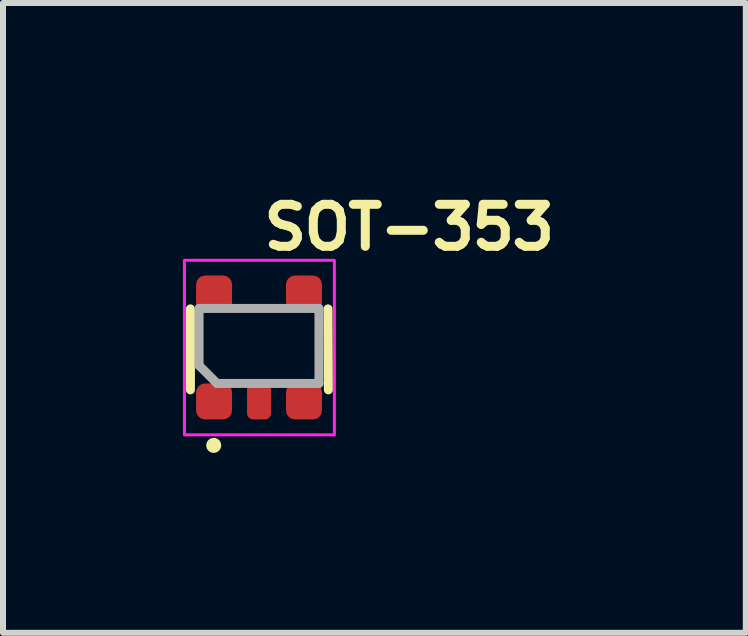
<source format=kicad_pcb>
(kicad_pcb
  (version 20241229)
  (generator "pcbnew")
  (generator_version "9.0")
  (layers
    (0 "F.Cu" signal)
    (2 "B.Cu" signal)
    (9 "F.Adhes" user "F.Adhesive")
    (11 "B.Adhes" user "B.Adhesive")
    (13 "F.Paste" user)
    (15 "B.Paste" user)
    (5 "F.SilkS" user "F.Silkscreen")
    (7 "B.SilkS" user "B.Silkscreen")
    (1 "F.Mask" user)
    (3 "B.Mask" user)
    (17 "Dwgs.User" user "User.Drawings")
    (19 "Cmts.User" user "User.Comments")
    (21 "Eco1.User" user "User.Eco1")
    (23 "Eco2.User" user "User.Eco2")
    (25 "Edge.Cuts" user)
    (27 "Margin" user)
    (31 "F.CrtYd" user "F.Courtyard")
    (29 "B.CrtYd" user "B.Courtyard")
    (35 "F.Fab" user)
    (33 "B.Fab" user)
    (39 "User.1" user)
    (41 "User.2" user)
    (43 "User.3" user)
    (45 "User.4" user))
  (footprint "SOT-353"
    (layer "F.Cu")
    (at 1.275 2.75)
    (property "Reference" "SOT-353" (at 0 -1.6 180) (layer "F.SilkS") (effects (font (size 0.7 0.7) (thickness 0.15)) (justify left bottom)))
    (attr smd)
    (fp_line (start -1.15 0.7) (end -1.15 -0.65) (stroke (width 0.15) (type solid)) (layer "F.SilkS"))
    (fp_line (start 1.15 0.7) (end 1.144 -0.65) (stroke (width 0.15) (type solid)) (layer "F.SilkS"))
    (fp_circle (center -0.762 1.626) (end -0.712 1.626) (stroke (width 0.15) (type solid)) (fill yes) (layer "F.SilkS"))
    (fp_rect (start 1.25 -1.46) (end -1.25 1.45) (stroke (width 0.05) (type solid)) (fill no) (layer "F.CrtYd"))
    (fp_line (start -1.006 -0.657) (end 0.993 -0.657) (stroke (width 0.15) (type solid)) (layer "F.Fab"))
    (fp_line (start -1.006 0.293) (end -1.006 -0.657) (stroke (width 0.15) (type solid)) (layer "F.Fab"))
    (fp_line (start -1.006 0.293) (end -0.706 0.593) (stroke (width 0.15) (type solid)) (layer "F.Fab"))
    (fp_line (start 0.993 -0.657) (end 0.993 0.593) (stroke (width 0.15) (type solid)) (layer "F.Fab"))
    (fp_line (start 0.993 0.593) (end -0.706 0.593) (stroke (width 0.15) (type solid)) (layer "F.Fab"))
    (fp_rect (start -1 -1.051) (end 0.998 1.048) (stroke (width 0.1) (type solid)) (fill no) (layer "User.5"))
    (fp_line (start -1 -0.626) (end -1 0.623) (stroke (width 0.02) (type solid)) (layer "User.9"))
    (fp_line (start -1 0.623) (end -0.763 0.623) (stroke (width 0.02) (type solid)) (layer "User.9"))
    (fp_line (start -0.964 -0.589) (end -1 -0.626) (stroke (width 0.02) (type solid)) (layer "User.9"))
    (fp_line (start -0.964 -0.589) (end -0.964 0.587) (stroke (width 0.02) (type solid)) (layer "User.9"))
    (fp_line (start -0.964 0.587) (end -1 0.623) (stroke (width 0.02) (type solid)) (layer "User.9"))
    (fp_line (start -0.964 0.587) (end 0.962 0.587) (stroke (width 0.02) (type solid)) (layer "User.9"))
    (fp_line (start -0.888 0.34) (end -0.888 0.348) (stroke (width 0.02) (type solid)) (layer "User.9"))
    (fp_line (start -0.888 0.348) (end -0.888 0.355) (stroke (width 0.02) (type solid)) (layer "User.9"))
    (fp_line (start -0.888 0.355) (end -0.887 0.363) (stroke (width 0.02) (type solid)) (layer "User.9"))
    (fp_line (start -0.887 0.332) (end -0.888 0.34) (stroke (width 0.02) (type solid)) (layer "User.9"))
    (fp_line (start -0.887 0.363) (end -0.886 0.371) (stroke (width 0.02) (type solid)) (layer "User.9"))
    (fp_line (start -0.886 0.324) (end -0.887 0.332) (stroke (width 0.02) (type solid)) (layer "User.9"))
    (fp_line (start -0.886 0.371) (end -0.884 0.379) (stroke (width 0.02) (type solid)) (layer "User.9"))
    (fp_line (start -0.884 0.315) (end -0.886 0.324) (stroke (width 0.02) (type solid)) (layer "User.9"))
    (fp_line (start -0.884 0.379) (end -0.881 0.388) (stroke (width 0.02) (type solid)) (layer "User.9"))
    (fp_line (start -0.881 0.307) (end -0.884 0.315) (stroke (width 0.02) (type solid)) (layer "User.9"))
    (fp_line (start -0.881 0.388) (end -0.879 0.396) (stroke (width 0.02) (type solid)) (layer "User.9"))
    (fp_line (start -0.879 0.3) (end -0.881 0.307) (stroke (width 0.02) (type solid)) (layer "User.9"))
    (fp_line (start -0.879 0.396) (end -0.875 0.403) (stroke (width 0.02) (type solid)) (layer "User.9"))
    (fp_line (start -0.875 0.292) (end -0.879 0.3) (stroke (width 0.02) (type solid)) (layer "User.9"))
    (fp_line (start -0.875 0.403) (end -0.871 0.411) (stroke (width 0.02) (type solid)) (layer "User.9"))
    (fp_line (start -0.871 0.286) (end -0.875 0.292) (stroke (width 0.02) (type solid)) (layer "User.9"))
    (fp_line (start -0.871 0.286) (end -0.871 0.286) (stroke (width 0.02) (type solid)) (layer "User.9"))
    (fp_line (start -0.871 0.411) (end -0.871 0.411) (stroke (width 0.02) (type solid)) (layer "User.9"))
    (fp_line (start -0.871 0.411) (end -0.869 0.414) (stroke (width 0.02) (type solid)) (layer "User.9"))
    (fp_line (start -0.869 0.414) (end -0.867 0.417) (stroke (width 0.02) (type solid)) (layer "User.9"))
    (fp_line (start -0.867 0.279) (end -0.871 0.286) (stroke (width 0.02) (type solid)) (layer "User.9"))
    (fp_line (start -0.867 0.417) (end -0.864 0.42) (stroke (width 0.02) (type solid)) (layer "User.9"))
    (fp_line (start -0.864 0.42) (end -0.862 0.423) (stroke (width 0.02) (type solid)) (layer "User.9"))
    (fp_line (start -0.862 0.272) (end -0.867 0.279) (stroke (width 0.02) (type solid)) (layer "User.9"))
    (fp_line (start -0.862 0.423) (end -0.859 0.427) (stroke (width 0.02) (type solid)) (layer "User.9"))
    (fp_line (start -0.859 0.427) (end -0.857 0.43) (stroke (width 0.02) (type solid)) (layer "User.9"))
    (fp_line (start -0.857 0.266) (end -0.862 0.272) (stroke (width 0.02) (type solid)) (layer "User.9"))
    (fp_line (start -0.857 0.43) (end -0.854 0.433) (stroke (width 0.02) (type solid)) (layer "User.9"))
    (fp_line (start -0.854 0.433) (end -0.851 0.436) (stroke (width 0.02) (type solid)) (layer "User.9"))
    (fp_line (start -0.851 0.26) (end -0.857 0.266) (stroke (width 0.02) (type solid)) (layer "User.9"))
    (fp_line (start -0.851 0.436) (end -0.848 0.439) (stroke (width 0.02) (type solid)) (layer "User.9"))
    (fp_line (start -0.848 0.439) (end -0.845 0.441) (stroke (width 0.02) (type solid)) (layer "User.9"))
    (fp_line (start -0.845 0.253) (end -0.851 0.26) (stroke (width 0.02) (type solid)) (layer "User.9"))
    (fp_line (start -0.845 0.441) (end -0.842 0.444) (stroke (width 0.02) (type solid)) (layer "User.9"))
    (fp_line (start -0.842 0.444) (end -0.839 0.446) (stroke (width 0.02) (type solid)) (layer "User.9"))
    (fp_line (start -0.839 0.248) (end -0.845 0.253) (stroke (width 0.02) (type solid)) (layer "User.9"))
    (fp_line (start -0.839 0.446) (end -0.836 0.45) (stroke (width 0.02) (type solid)) (layer "User.9"))
    (fp_line (start -0.836 0.45) (end -0.833 0.452) (stroke (width 0.02) (type solid)) (layer "User.9"))
    (fp_line (start -0.833 0.243) (end -0.839 0.248) (stroke (width 0.02) (type solid)) (layer "User.9"))
    (fp_line (start -0.833 0.452) (end -0.83 0.454) (stroke (width 0.02) (type solid)) (layer "User.9"))
    (fp_line (start -0.83 0.454) (end -0.826 0.456) (stroke (width 0.02) (type solid)) (layer "User.9"))
    (fp_line (start -0.826 0.239) (end -0.833 0.243) (stroke (width 0.02) (type solid)) (layer "User.9"))
    (fp_line (start -0.826 0.456) (end -0.823 0.458) (stroke (width 0.02) (type solid)) (layer "User.9"))
    (fp_line (start -0.823 0.458) (end -0.819 0.46) (stroke (width 0.02) (type solid)) (layer "User.9"))
    (fp_line (start -0.819 0.236) (end -0.826 0.239) (stroke (width 0.02) (type solid)) (layer "User.9"))
    (fp_line (start -0.819 0.46) (end -0.816 0.462) (stroke (width 0.02) (type solid)) (layer "User.9"))
    (fp_line (start -0.816 0.462) (end -0.812 0.464) (stroke (width 0.02) (type solid)) (layer "User.9"))
    (fp_line (start -0.812 0.233) (end -0.819 0.236) (stroke (width 0.02) (type solid)) (layer "User.9"))
    (fp_line (start -0.812 0.464) (end -0.808 0.465) (stroke (width 0.02) (type solid)) (layer "User.9"))
    (fp_line (start -0.808 0.465) (end -0.804 0.466) (stroke (width 0.02) (type solid)) (layer "User.9"))
    (fp_line (start -0.804 0.23) (end -0.812 0.233) (stroke (width 0.02) (type solid)) (layer "User.9"))
    (fp_line (start -0.804 0.466) (end -0.801 0.468) (stroke (width 0.02) (type solid)) (layer "User.9"))
    (fp_line (start -0.801 0.468) (end -0.797 0.469) (stroke (width 0.02) (type solid)) (layer "User.9"))
    (fp_line (start -0.797 0.227) (end -0.804 0.23) (stroke (width 0.02) (type solid)) (layer "User.9"))
    (fp_line (start -0.797 0.469) (end -0.793 0.47) (stroke (width 0.02) (type solid)) (layer "User.9"))
    (fp_line (start -0.793 0.47) (end -0.789 0.471) (stroke (width 0.02) (type solid)) (layer "User.9"))
    (fp_line (start -0.789 0.226) (end -0.797 0.227) (stroke (width 0.02) (type solid)) (layer "User.9"))
    (fp_line (start -0.789 0.471) (end -0.785 0.471) (stroke (width 0.02) (type solid)) (layer "User.9"))
    (fp_line (start -0.785 0.471) (end -0.781 0.472) (stroke (width 0.02) (type solid)) (layer "User.9"))
    (fp_line (start -0.781 0.224) (end -0.789 0.226) (stroke (width 0.02) (type solid)) (layer "User.9"))
    (fp_line (start -0.781 0.472) (end -0.776 0.473) (stroke (width 0.02) (type solid)) (layer "User.9"))
    (fp_line (start -0.776 0.473) (end -0.772 0.473) (stroke (width 0.02) (type solid)) (layer "User.9"))
    (fp_line (start -0.772 0.222) (end -0.781 0.224) (stroke (width 0.02) (type solid)) (layer "User.9"))
    (fp_line (start -0.772 0.473) (end -0.767 0.473) (stroke (width 0.02) (type solid)) (layer "User.9"))
    (fp_line (start -0.767 0.473) (end -0.763 0.473) (stroke (width 0.02) (type solid)) (layer "User.9"))
    (fp_line (start -0.763 -1.051) (end -0.763 -0.887) (stroke (width 0.02) (type solid)) (layer "User.9"))
    (fp_line (start -0.763 -0.887) (end -0.763 -0.837) (stroke (width 0.02) (type solid)) (layer "User.9"))
    (fp_line (start -0.763 -0.837) (end -0.763 -0.81) (stroke (width 0.02) (type solid)) (layer "User.9"))
    (fp_line (start -0.763 -0.81) (end -0.763 -0.66) (stroke (width 0.02) (type solid)) (layer "User.9"))
    (fp_line (start -0.763 -0.66) (end -0.763 -0.604) (stroke (width 0.02) (type solid)) (layer "User.9"))
    (fp_line (start -0.763 -0.626) (end -1 -0.626) (stroke (width 0.02) (type solid)) (layer "User.9"))
    (fp_line (start -0.763 0.222) (end -0.772 0.222) (stroke (width 0.02) (type solid)) (layer "User.9"))
    (fp_line (start -0.763 0.473) (end -0.755 0.473) (stroke (width 0.02) (type solid)) (layer "User.9"))
    (fp_line (start -0.763 0.658) (end -0.763 0.602) (stroke (width 0.02) (type solid)) (layer "User.9"))
    (fp_line (start -0.763 0.808) (end -0.763 0.658) (stroke (width 0.02) (type solid)) (layer "User.9"))
    (fp_line (start -0.763 0.835) (end -0.763 0.808) (stroke (width 0.02) (type solid)) (layer "User.9"))
    (fp_line (start -0.763 0.885) (end -0.763 0.835) (stroke (width 0.02) (type solid)) (layer "User.9"))
    (fp_line (start -0.763 1.048) (end -0.763 0.885) (stroke (width 0.02) (type solid)) (layer "User.9"))
    (fp_line (start -0.763 1.048) (end -0.539 1.048) (stroke (width 0.02) (type solid)) (layer "User.9"))
    (fp_line (start -0.759 0.222) (end -0.763 0.222) (stroke (width 0.02) (type solid)) (layer "User.9"))
    (fp_line (start -0.755 0.222) (end -0.759 0.222) (stroke (width 0.02) (type solid)) (layer "User.9"))
    (fp_line (start -0.755 0.473) (end -0.746 0.472) (stroke (width 0.02) (type solid)) (layer "User.9"))
    (fp_line (start -0.751 0.224) (end -0.755 0.222) (stroke (width 0.02) (type solid)) (layer "User.9"))
    (fp_line (start -0.746 0.224) (end -0.751 0.224) (stroke (width 0.02) (type solid)) (layer "User.9"))
    (fp_line (start -0.746 0.472) (end -0.738 0.471) (stroke (width 0.02) (type solid)) (layer "User.9"))
    (fp_line (start -0.742 0.225) (end -0.746 0.224) (stroke (width 0.02) (type solid)) (layer "User.9"))
    (fp_line (start -0.738 0.226) (end -0.742 0.225) (stroke (width 0.02) (type solid)) (layer "User.9"))
    (fp_line (start -0.738 0.471) (end -0.73 0.469) (stroke (width 0.02) (type solid)) (layer "User.9"))
    (fp_line (start -0.734 0.226) (end -0.738 0.226) (stroke (width 0.02) (type solid)) (layer "User.9"))
    (fp_line (start -0.73 0.227) (end -0.734 0.226) (stroke (width 0.02) (type solid)) (layer "User.9"))
    (fp_line (start -0.73 0.469) (end -0.723 0.466) (stroke (width 0.02) (type solid)) (layer "User.9"))
    (fp_line (start -0.726 0.229) (end -0.73 0.227) (stroke (width 0.02) (type solid)) (layer "User.9"))
    (fp_line (start -0.723 0.23) (end -0.726 0.229) (stroke (width 0.02) (type solid)) (layer "User.9"))
    (fp_line (start -0.723 0.466) (end -0.715 0.464) (stroke (width 0.02) (type solid)) (layer "User.9"))
    (fp_line (start -0.719 0.231) (end -0.723 0.23) (stroke (width 0.02) (type solid)) (layer "User.9"))
    (fp_line (start -0.715 0.233) (end -0.719 0.231) (stroke (width 0.02) (type solid)) (layer "User.9"))
    (fp_line (start -0.715 0.464) (end -0.708 0.46) (stroke (width 0.02) (type solid)) (layer "User.9"))
    (fp_line (start -0.711 0.234) (end -0.715 0.233) (stroke (width 0.02) (type solid)) (layer "User.9"))
    (fp_line (start -0.708 0.236) (end -0.711 0.234) (stroke (width 0.02) (type solid)) (layer "User.9"))
    (fp_line (start -0.708 0.46) (end -0.701 0.456) (stroke (width 0.02) (type solid)) (layer "User.9"))
    (fp_line (start -0.704 0.238) (end -0.708 0.236) (stroke (width 0.02) (type solid)) (layer "User.9"))
    (fp_line (start -0.701 0.239) (end -0.704 0.238) (stroke (width 0.02) (type solid)) (layer "User.9"))
    (fp_line (start -0.701 0.456) (end -0.695 0.452) (stroke (width 0.02) (type solid)) (layer "User.9"))
    (fp_line (start -0.698 0.241) (end -0.701 0.239) (stroke (width 0.02) (type solid)) (layer "User.9"))
    (fp_line (start -0.695 0.243) (end -0.698 0.241) (stroke (width 0.02) (type solid)) (layer "User.9"))
    (fp_line (start -0.695 0.452) (end -0.688 0.446) (stroke (width 0.02) (type solid)) (layer "User.9"))
    (fp_line (start -0.691 0.245) (end -0.695 0.243) (stroke (width 0.02) (type solid)) (layer "User.9"))
    (fp_line (start -0.688 0.248) (end -0.691 0.245) (stroke (width 0.02) (type solid)) (layer "User.9"))
    (fp_line (start -0.688 0.446) (end -0.682 0.441) (stroke (width 0.02) (type solid)) (layer "User.9"))
    (fp_line (start -0.685 0.25) (end -0.688 0.248) (stroke (width 0.02) (type solid)) (layer "User.9"))
    (fp_line (start -0.682 0.253) (end -0.685 0.25) (stroke (width 0.02) (type solid)) (layer "User.9"))
    (fp_line (start -0.682 0.441) (end -0.676 0.436) (stroke (width 0.02) (type solid)) (layer "User.9"))
    (fp_line (start -0.679 0.257) (end -0.682 0.253) (stroke (width 0.02) (type solid)) (layer "User.9"))
    (fp_line (start -0.676 0.26) (end -0.679 0.257) (stroke (width 0.02) (type solid)) (layer "User.9"))
    (fp_line (start -0.676 0.436) (end -0.67 0.43) (stroke (width 0.02) (type solid)) (layer "User.9"))
    (fp_line (start -0.673 0.263) (end -0.676 0.26) (stroke (width 0.02) (type solid)) (layer "User.9"))
    (fp_line (start -0.67 0.266) (end -0.673 0.263) (stroke (width 0.02) (type solid)) (layer "User.9"))
    (fp_line (start -0.67 0.43) (end -0.665 0.423) (stroke (width 0.02) (type solid)) (layer "User.9"))
    (fp_line (start -0.668 0.269) (end -0.67 0.266) (stroke (width 0.02) (type solid)) (layer "User.9"))
    (fp_line (start -0.665 0.272) (end -0.668 0.269) (stroke (width 0.02) (type solid)) (layer "User.9"))
    (fp_line (start -0.665 0.423) (end -0.66 0.417) (stroke (width 0.02) (type solid)) (layer "User.9"))
    (fp_line (start -0.663 0.275) (end -0.665 0.272) (stroke (width 0.02) (type solid)) (layer "User.9"))
    (fp_line (start -0.66 0.279) (end -0.663 0.275) (stroke (width 0.02) (type solid)) (layer "User.9"))
    (fp_line (start -0.66 0.417) (end -0.656 0.411) (stroke (width 0.02) (type solid)) (layer "User.9"))
    (fp_line (start -0.658 0.282) (end -0.66 0.279) (stroke (width 0.02) (type solid)) (layer "User.9"))
    (fp_line (start -0.656 0.286) (end -0.658 0.282) (stroke (width 0.02) (type solid)) (layer "User.9"))
    (fp_line (start -0.656 0.286) (end -0.656 0.286) (stroke (width 0.02) (type solid)) (layer "User.9"))
    (fp_line (start -0.656 0.411) (end -0.656 0.411) (stroke (width 0.02) (type solid)) (layer "User.9"))
    (fp_line (start -0.656 0.411) (end -0.652 0.403) (stroke (width 0.02) (type solid)) (layer "User.9"))
    (fp_line (start -0.652 0.292) (end -0.656 0.286) (stroke (width 0.02) (type solid)) (layer "User.9"))
    (fp_line (start -0.652 0.403) (end -0.648 0.396) (stroke (width 0.02) (type solid)) (layer "User.9"))
    (fp_line (start -0.648 0.3) (end -0.652 0.292) (stroke (width 0.02) (type solid)) (layer "User.9"))
    (fp_line (start -0.648 0.396) (end -0.646 0.388) (stroke (width 0.02) (type solid)) (layer "User.9"))
    (fp_line (start -0.646 0.307) (end -0.648 0.3) (stroke (width 0.02) (type solid)) (layer "User.9"))
    (fp_line (start -0.646 0.388) (end -0.643 0.379) (stroke (width 0.02) (type solid)) (layer "User.9"))
    (fp_line (start -0.643 0.315) (end -0.646 0.307) (stroke (width 0.02) (type solid)) (layer "User.9"))
    (fp_line (start -0.643 0.379) (end -0.64 0.371) (stroke (width 0.02) (type solid)) (layer "User.9"))
    (fp_line (start -0.64 0.324) (end -0.643 0.315) (stroke (width 0.02) (type solid)) (layer "User.9"))
    (fp_line (start -0.64 0.371) (end -0.639 0.363) (stroke (width 0.02) (type solid)) (layer "User.9"))
    (fp_line (start -0.639 0.332) (end -0.64 0.324) (stroke (width 0.02) (type solid)) (layer "User.9"))
    (fp_line (start -0.639 0.363) (end -0.638 0.355) (stroke (width 0.02) (type solid)) (layer "User.9"))
    (fp_line (start -0.638 0.34) (end -0.639 0.332) (stroke (width 0.02) (type solid)) (layer "User.9"))
    (fp_line (start -0.638 0.348) (end -0.638 0.34) (stroke (width 0.02) (type solid)) (layer "User.9"))
    (fp_line (start -0.638 0.355) (end -0.638 0.348) (stroke (width 0.02) (type solid)) (layer "User.9"))
    (fp_line (start -0.539 -1.051) (end -0.763 -1.051) (stroke (width 0.02) (type solid)) (layer "User.9"))
    (fp_line (start -0.539 -1.051) (end -0.539 -0.887) (stroke (width 0.02) (type solid)) (layer "User.9"))
    (fp_line (start -0.539 -0.887) (end -0.539 -0.837) (stroke (width 0.02) (type solid)) (layer "User.9"))
    (fp_line (start -0.539 -0.837) (end -0.539 -0.81) (stroke (width 0.02) (type solid)) (layer "User.9"))
    (fp_line (start -0.539 -0.81) (end -0.539 -0.66) (stroke (width 0.02) (type solid)) (layer "User.9"))
    (fp_line (start -0.539 -0.66) (end -0.539 -0.604) (stroke (width 0.02) (type solid)) (layer "User.9"))
    (fp_line (start -0.539 -0.604) (end -0.763 -0.604) (stroke (width 0.02) (type solid)) (layer "User.9"))
    (fp_line (start -0.539 0.602) (end -0.763 0.602) (stroke (width 0.02) (type solid)) (layer "User.9"))
    (fp_line (start -0.539 0.623) (end -0.114 0.623) (stroke (width 0.02) (type solid)) (layer "User.9"))
    (fp_line (start -0.539 0.658) (end -0.539 0.602) (stroke (width 0.02) (type solid)) (layer "User.9"))
    (fp_line (start -0.539 0.808) (end -0.539 0.658) (stroke (width 0.02) (type solid)) (layer "User.9"))
    (fp_line (start -0.539 0.835) (end -0.539 0.808) (stroke (width 0.02) (type solid)) (layer "User.9"))
    (fp_line (start -0.539 0.885) (end -0.539 0.835) (stroke (width 0.02) (type solid)) (layer "User.9"))
    (fp_line (start -0.539 1.048) (end -0.539 0.885) (stroke (width 0.02) (type solid)) (layer "User.9"))
    (fp_line (start -0.114 -0.626) (end -0.539 -0.626) (stroke (width 0.02) (type solid)) (layer "User.9"))
    (fp_line (start -0.114 -0.626) (end 0.112 -0.626) (stroke (width 0.02) (type solid)) (layer "User.9"))
    (fp_line (start -0.114 -0.604) (end -0.114 -0.626) (stroke (width 0.02) (type solid)) (layer "User.9"))
    (fp_line (start -0.114 -0.604) (end -0.114 -0.626) (stroke (width 0.02) (type solid)) (layer "User.9"))
    (fp_line (start -0.114 0.658) (end -0.114 0.602) (stroke (width 0.02) (type solid)) (layer "User.9"))
    (fp_line (start -0.114 0.808) (end -0.114 0.658) (stroke (width 0.02) (type solid)) (layer "User.9"))
    (fp_line (start -0.114 0.835) (end -0.114 0.808) (stroke (width 0.02) (type solid)) (layer "User.9"))
    (fp_line (start -0.114 0.885) (end -0.114 0.835) (stroke (width 0.02) (type solid)) (layer "User.9"))
    (fp_line (start -0.114 1.048) (end -0.114 0.885) (stroke (width 0.02) (type solid)) (layer "User.9"))
    (fp_line (start -0.114 1.048) (end 0.112 1.048) (stroke (width 0.02) (type solid)) (layer "User.9"))
    (fp_line (start 0.112 -0.626) (end 0.112 -0.604) (stroke (width 0.02) (type solid)) (layer "User.9"))
    (fp_line (start 0.112 -0.604) (end -0.114 -0.604) (stroke (width 0.02) (type solid)) (layer "User.9"))
    (fp_line (start 0.112 -0.604) (end 0.112 -0.626) (stroke (width 0.02) (type solid)) (layer "User.9"))
    (fp_line (start 0.112 0.602) (end -0.114 0.602) (stroke (width 0.02) (type solid)) (layer "User.9"))
    (fp_line (start 0.112 0.623) (end 0.537 0.623) (stroke (width 0.02) (type solid)) (layer "User.9"))
    (fp_line (start 0.112 0.658) (end 0.112 0.602) (stroke (width 0.02) (type solid)) (layer "User.9"))
    (fp_line (start 0.112 0.808) (end 0.112 0.658) (stroke (width 0.02) (type solid)) (layer "User.9"))
    (fp_line (start 0.112 0.835) (end 0.112 0.808) (stroke (width 0.02) (type solid)) (layer "User.9"))
    (fp_line (start 0.112 0.885) (end 0.112 0.835) (stroke (width 0.02) (type solid)) (layer "User.9"))
    (fp_line (start 0.112 1.048) (end 0.112 0.885) (stroke (width 0.02) (type solid)) (layer "User.9"))
    (fp_line (start 0.537 -1.051) (end 0.537 -0.887) (stroke (width 0.02) (type solid)) (layer "User.9"))
    (fp_line (start 0.537 -0.887) (end 0.537 -0.837) (stroke (width 0.02) (type solid)) (layer "User.9"))
    (fp_line (start 0.537 -0.837) (end 0.537 -0.81) (stroke (width 0.02) (type solid)) (layer "User.9"))
    (fp_line (start 0.537 -0.81) (end 0.537 -0.66) (stroke (width 0.02) (type solid)) (layer "User.9"))
    (fp_line (start 0.537 -0.66) (end 0.537 -0.604) (stroke (width 0.02) (type solid)) (layer "User.9"))
    (fp_line (start 0.537 -0.626) (end 0.112 -0.626) (stroke (width 0.02) (type solid)) (layer "User.9"))
    (fp_line (start 0.537 0.658) (end 0.537 0.602) (stroke (width 0.02) (type solid)) (layer "User.9"))
    (fp_line (start 0.537 0.808) (end 0.537 0.658) (stroke (width 0.02) (type solid)) (layer "User.9"))
    (fp_line (start 0.537 0.835) (end 0.537 0.808) (stroke (width 0.02) (type solid)) (layer "User.9"))
    (fp_line (start 0.537 0.885) (end 0.537 0.835) (stroke (width 0.02) (type solid)) (layer "User.9"))
    (fp_line (start 0.537 1.048) (end 0.537 0.885) (stroke (width 0.02) (type solid)) (layer "User.9"))
    (fp_line (start 0.537 1.048) (end 0.761 1.048) (stroke (width 0.02) (type solid)) (layer "User.9"))
    (fp_line (start 0.761 -1.051) (end 0.537 -1.051) (stroke (width 0.02) (type solid)) (layer "User.9"))
    (fp_line (start 0.761 -1.051) (end 0.761 -0.887) (stroke (width 0.02) (type solid)) (layer "User.9"))
    (fp_line (start 0.761 -0.887) (end 0.761 -0.837) (stroke (width 0.02) (type solid)) (layer "User.9"))
    (fp_line (start 0.761 -0.837) (end 0.761 -0.81) (stroke (width 0.02) (type solid)) (layer "User.9"))
    (fp_line (start 0.761 -0.81) (end 0.761 -0.66) (stroke (width 0.02) (type solid)) (layer "User.9"))
    (fp_line (start 0.761 -0.66) (end 0.761 -0.604) (stroke (width 0.02) (type solid)) (layer "User.9"))
    (fp_line (start 0.761 -0.604) (end 0.537 -0.604) (stroke (width 0.02) (type solid)) (layer "User.9"))
    (fp_line (start 0.761 0.602) (end 0.537 0.602) (stroke (width 0.02) (type solid)) (layer "User.9"))
    (fp_line (start 0.761 0.623) (end 0.998 0.623) (stroke (width 0.02) (type solid)) (layer "User.9"))
    (fp_line (start 0.761 0.658) (end 0.761 0.602) (stroke (width 0.02) (type solid)) (layer "User.9"))
    (fp_line (start 0.761 0.808) (end 0.761 0.658) (stroke (width 0.02) (type solid)) (layer "User.9"))
    (fp_line (start 0.761 0.835) (end 0.761 0.808) (stroke (width 0.02) (type solid)) (layer "User.9"))
    (fp_line (start 0.761 0.885) (end 0.761 0.835) (stroke (width 0.02) (type solid)) (layer "User.9"))
    (fp_line (start 0.761 1.048) (end 0.761 0.885) (stroke (width 0.02) (type solid)) (layer "User.9"))
    (fp_line (start 0.962 -0.589) (end -0.964 -0.589) (stroke (width 0.02) (type solid)) (layer "User.9"))
    (fp_line (start 0.962 -0.589) (end 0.998 -0.626) (stroke (width 0.02) (type solid)) (layer "User.9"))
    (fp_line (start 0.962 0.587) (end 0.962 -0.589) (stroke (width 0.02) (type solid)) (layer "User.9"))
    (fp_line (start 0.962 0.587) (end 0.998 0.623) (stroke (width 0.02) (type solid)) (layer "User.9"))
    (fp_line (start 0.998 -0.626) (end 0.761 -0.626) (stroke (width 0.02) (type solid)) (layer "User.9"))
    (fp_line (start 0.998 0.623) (end 0.998 -0.626) (stroke (width 0.02) (type solid)) (layer "User.9"))
    (pad "1" smd roundrect (at -0.756 0.893 90) (size 0.6 0.6) (layers "F.Cu" "F.Mask" "F.Paste") (roundrect_rratio 0.25))
    (pad "2" smd roundrect (at -0.006 0.893 90) (size 0.6 0.4) (layers "F.Cu" "F.Mask" "F.Paste") (roundrect_rratio 0.25))
    (pad "3" smd roundrect (at 0.743 0.893 90) (size 0.6 0.6) (layers "F.Cu" "F.Mask" "F.Paste") (roundrect_rratio 0.25))
    (pad "4" smd roundrect (at 0.743 -0.907 90) (size 0.6 0.6) (layers "F.Cu" "F.Mask" "F.Paste") (roundrect_rratio 0.25))
    (pad "5" smd roundrect (at -0.756 -0.907 90) (size 0.6 0.6) (layers "F.Cu" "F.Mask" "F.Paste") (roundrect_rratio 0.25)))
  (gr_rect
    (start -3 -3)
    (end 9.385 7.501)
    (stroke (width 0.1) (type default))
    (fill no)
    (layer "Edge.Cuts")))
</source>
